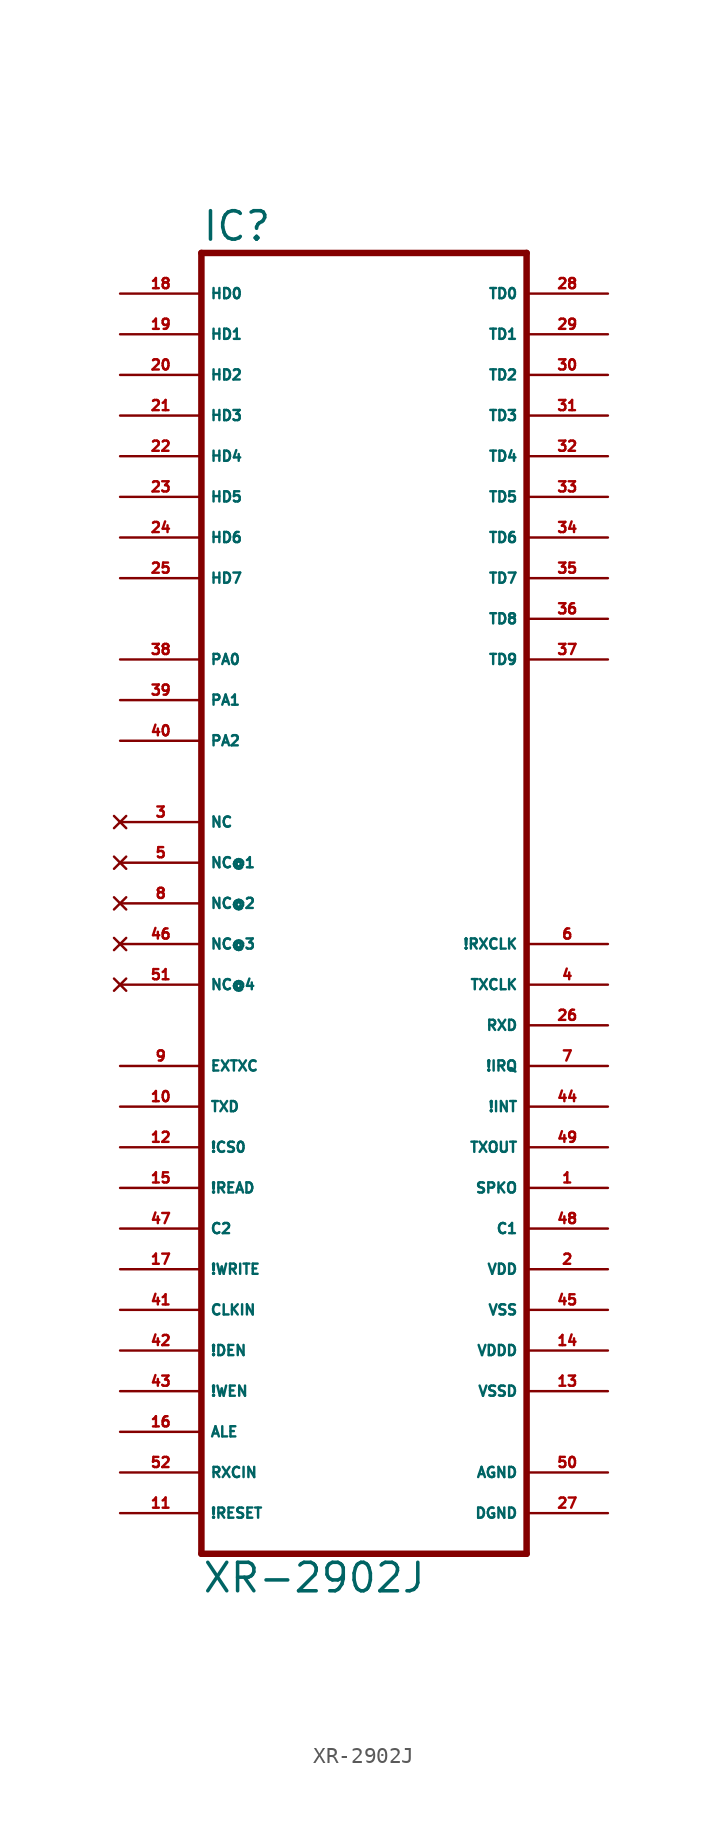
<source format=kicad_sym>
(kicad_symbol_lib
  (version 20220914)
  (generator Eagle2Kicad)
  (symbol "XR-2902J"
    (property "Reference" "IC"
      (at -10.16 43.815 0)
      (effects (font (size 1.778 1.778) (thickness 0.22)) (justify left bottom)))
    (property "Value" "XR-2902J"
      (at -10.16 -40.64 0)
      (effects (font (size 1.778 1.778) (thickness 0.22)) (justify left bottom)))
    (polyline
      (pts (xy -10.16 -38.1) (xy 10.16 -38.1))
      (stroke (width 0.406) (type default))
      (fill (type none)))
    (polyline
      (pts (xy 10.16 -38.1) (xy 10.16 43.18))
      (stroke (width 0.406) (type default))
      (fill (type none)))
    (polyline
      (pts (xy 10.16 43.18) (xy -10.16 43.18))
      (stroke (width 0.406) (type default))
      (fill (type none)))
    (polyline
      (pts (xy -10.16 43.18) (xy -10.16 -38.1))
      (stroke (width 0.406) (type default))
      (fill (type none)))
    (pin bidirectional line
      (at -15.24 40.64 0)
      (length 5.08)
      (name "HD0" (effects (font (size 0.635 0.635) (thickness 0.08)) (justify left bottom)))
      (number "18" (effects (font (size 0.635 0.635) (thickness 0.08)) (justify left bottom))))
    (pin bidirectional line
      (at -15.24 38.1 0)
      (length 5.08)
      (name "HD1" (effects (font (size 0.635 0.635) (thickness 0.08)) (justify left bottom)))
      (number "19" (effects (font (size 0.635 0.635) (thickness 0.08)) (justify left bottom))))
    (pin bidirectional line
      (at -15.24 35.56 0)
      (length 5.08)
      (name "HD2" (effects (font (size 0.635 0.635) (thickness 0.08)) (justify left bottom)))
      (number "20" (effects (font (size 0.635 0.635) (thickness 0.08)) (justify left bottom))))
    (pin bidirectional line
      (at -15.24 33.02 0)
      (length 5.08)
      (name "HD3" (effects (font (size 0.635 0.635) (thickness 0.08)) (justify left bottom)))
      (number "21" (effects (font (size 0.635 0.635) (thickness 0.08)) (justify left bottom))))
    (pin bidirectional line
      (at -15.24 30.48 0)
      (length 5.08)
      (name "HD4" (effects (font (size 0.635 0.635) (thickness 0.08)) (justify left bottom)))
      (number "22" (effects (font (size 0.635 0.635) (thickness 0.08)) (justify left bottom))))
    (pin bidirectional line
      (at -15.24 27.94 0)
      (length 5.08)
      (name "HD5" (effects (font (size 0.635 0.635) (thickness 0.08)) (justify left bottom)))
      (number "23" (effects (font (size 0.635 0.635) (thickness 0.08)) (justify left bottom))))
    (pin bidirectional line
      (at -15.24 25.4 0)
      (length 5.08)
      (name "HD6" (effects (font (size 0.635 0.635) (thickness 0.08)) (justify left bottom)))
      (number "24" (effects (font (size 0.635 0.635) (thickness 0.08)) (justify left bottom))))
    (pin bidirectional line
      (at -15.24 22.86 0)
      (length 5.08)
      (name "HD7" (effects (font (size 0.635 0.635) (thickness 0.08)) (justify left bottom)))
      (number "25" (effects (font (size 0.635 0.635) (thickness 0.08)) (justify left bottom))))
    (pin bidirectional line
      (at -15.24 17.78 0)
      (length 5.08)
      (name "PA0" (effects (font (size 0.635 0.635) (thickness 0.08)) (justify left bottom)))
      (number "38" (effects (font (size 0.635 0.635) (thickness 0.08)) (justify left bottom))))
    (pin bidirectional line
      (at -15.24 15.24 0)
      (length 5.08)
      (name "PA1" (effects (font (size 0.635 0.635) (thickness 0.08)) (justify left bottom)))
      (number "39" (effects (font (size 0.635 0.635) (thickness 0.08)) (justify left bottom))))
    (pin bidirectional line
      (at -15.24 12.7 0)
      (length 5.08)
      (name "PA2" (effects (font (size 0.635 0.635) (thickness 0.08)) (justify left bottom)))
      (number "40" (effects (font (size 0.635 0.635) (thickness 0.08)) (justify left bottom))))
    (pin bidirectional line
      (at 15.24 40.64 180)
      (length 5.08)
      (name "TD0" (effects (font (size 0.635 0.635) (thickness 0.08)) (justify left bottom)))
      (number "28" (effects (font (size 0.635 0.635) (thickness 0.08)) (justify left bottom))))
    (pin bidirectional line
      (at 15.24 38.1 180)
      (length 5.08)
      (name "TD1" (effects (font (size 0.635 0.635) (thickness 0.08)) (justify left bottom)))
      (number "29" (effects (font (size 0.635 0.635) (thickness 0.08)) (justify left bottom))))
    (pin bidirectional line
      (at 15.24 35.56 180)
      (length 5.08)
      (name "TD2" (effects (font (size 0.635 0.635) (thickness 0.08)) (justify left bottom)))
      (number "30" (effects (font (size 0.635 0.635) (thickness 0.08)) (justify left bottom))))
    (pin bidirectional line
      (at 15.24 33.02 180)
      (length 5.08)
      (name "TD3" (effects (font (size 0.635 0.635) (thickness 0.08)) (justify left bottom)))
      (number "31" (effects (font (size 0.635 0.635) (thickness 0.08)) (justify left bottom))))
    (pin bidirectional line
      (at 15.24 30.48 180)
      (length 5.08)
      (name "TD4" (effects (font (size 0.635 0.635) (thickness 0.08)) (justify left bottom)))
      (number "32" (effects (font (size 0.635 0.635) (thickness 0.08)) (justify left bottom))))
    (pin bidirectional line
      (at 15.24 27.94 180)
      (length 5.08)
      (name "TD5" (effects (font (size 0.635 0.635) (thickness 0.08)) (justify left bottom)))
      (number "33" (effects (font (size 0.635 0.635) (thickness 0.08)) (justify left bottom))))
    (pin bidirectional line
      (at 15.24 25.4 180)
      (length 5.08)
      (name "TD6" (effects (font (size 0.635 0.635) (thickness 0.08)) (justify left bottom)))
      (number "34" (effects (font (size 0.635 0.635) (thickness 0.08)) (justify left bottom))))
    (pin bidirectional line
      (at 15.24 22.86 180)
      (length 5.08)
      (name "TD7" (effects (font (size 0.635 0.635) (thickness 0.08)) (justify left bottom)))
      (number "35" (effects (font (size 0.635 0.635) (thickness 0.08)) (justify left bottom))))
    (pin bidirectional line
      (at 15.24 20.32 180)
      (length 5.08)
      (name "TD8" (effects (font (size 0.635 0.635) (thickness 0.08)) (justify left bottom)))
      (number "36" (effects (font (size 0.635 0.635) (thickness 0.08)) (justify left bottom))))
    (pin bidirectional line
      (at 15.24 17.78 180)
      (length 5.08)
      (name "TD9" (effects (font (size 0.635 0.635) (thickness 0.08)) (justify left bottom)))
      (number "37" (effects (font (size 0.635 0.635) (thickness 0.08)) (justify left bottom))))
    (pin no_connect line
      (at -15.24 7.62 0)
      (length 5.08)
      (name "NC" (effects (font (size 0.635 0.635) (thickness 0.08)) (justify left bottom) hide))
      (number "3" (effects (font (size 0.635 0.635) (thickness 0.08)) (justify left bottom) hide)))
    (pin input line
      (at -15.24 -7.62 0)
      (length 5.08)
      (name "EXTXC" (effects (font (size 0.635 0.635) (thickness 0.08)) (justify left bottom)))
      (number "9" (effects (font (size 0.635 0.635) (thickness 0.08)) (justify left bottom))))
    (pin input line
      (at -15.24 -10.16 0)
      (length 5.08)
      (name "TXD" (effects (font (size 0.635 0.635) (thickness 0.08)) (justify left bottom)))
      (number "10" (effects (font (size 0.635 0.635) (thickness 0.08)) (justify left bottom))))
    (pin input line
      (at -15.24 -12.7 0)
      (length 5.08)
      (name "!CS0" (effects (font (size 0.635 0.635) (thickness 0.08)) (justify left bottom)))
      (number "12" (effects (font (size 0.635 0.635) (thickness 0.08)) (justify left bottom))))
    (pin input line
      (at -15.24 -15.24 0)
      (length 5.08)
      (name "!READ" (effects (font (size 0.635 0.635) (thickness 0.08)) (justify left bottom)))
      (number "15" (effects (font (size 0.635 0.635) (thickness 0.08)) (justify left bottom))))
    (pin input line
      (at -15.24 -30.48 0)
      (length 5.08)
      (name "ALE" (effects (font (size 0.635 0.635) (thickness 0.08)) (justify left bottom)))
      (number "16" (effects (font (size 0.635 0.635) (thickness 0.08)) (justify left bottom))))
    (pin input line
      (at -15.24 -20.32 0)
      (length 5.08)
      (name "!WRITE" (effects (font (size 0.635 0.635) (thickness 0.08)) (justify left bottom)))
      (number "17" (effects (font (size 0.635 0.635) (thickness 0.08)) (justify left bottom))))
    (pin input line
      (at -15.24 -22.86 0)
      (length 5.08)
      (name "CLKIN" (effects (font (size 0.635 0.635) (thickness 0.08)) (justify left bottom)))
      (number "41" (effects (font (size 0.635 0.635) (thickness 0.08)) (justify left bottom))))
    (pin input line
      (at -15.24 -25.4 0)
      (length 5.08)
      (name "!DEN" (effects (font (size 0.635 0.635) (thickness 0.08)) (justify left bottom)))
      (number "42" (effects (font (size 0.635 0.635) (thickness 0.08)) (justify left bottom))))
    (pin input line
      (at -15.24 -27.94 0)
      (length 5.08)
      (name "!WEN" (effects (font (size 0.635 0.635) (thickness 0.08)) (justify left bottom)))
      (number "43" (effects (font (size 0.635 0.635) (thickness 0.08)) (justify left bottom))))
    (pin input line
      (at -15.24 -17.78 0)
      (length 5.08)
      (name "C2" (effects (font (size 0.635 0.635) (thickness 0.08)) (justify left bottom)))
      (number "47" (effects (font (size 0.635 0.635) (thickness 0.08)) (justify left bottom))))
    (pin input line
      (at -15.24 -33.02 0)
      (length 5.08)
      (name "RXCIN" (effects (font (size 0.635 0.635) (thickness 0.08)) (justify left bottom)))
      (number "52" (effects (font (size 0.635 0.635) (thickness 0.08)) (justify left bottom))))
    (pin input line
      (at -15.24 -35.56 0)
      (length 5.08)
      (name "!RESET" (effects (font (size 0.635 0.635) (thickness 0.08)) (justify left bottom)))
      (number "11" (effects (font (size 0.635 0.635) (thickness 0.08)) (justify left bottom))))
    (pin output line
      (at 15.24 -2.54 180)
      (length 5.08)
      (name "TXCLK" (effects (font (size 0.635 0.635) (thickness 0.08)) (justify left bottom)))
      (number "4" (effects (font (size 0.635 0.635) (thickness 0.08)) (justify left bottom))))
    (pin output line
      (at 15.24 0 180)
      (length 5.08)
      (name "!RXCLK" (effects (font (size 0.635 0.635) (thickness 0.08)) (justify left bottom)))
      (number "6" (effects (font (size 0.635 0.635) (thickness 0.08)) (justify left bottom))))
    (pin output line
      (at 15.24 -7.62 180)
      (length 5.08)
      (name "!IRQ" (effects (font (size 0.635 0.635) (thickness 0.08)) (justify left bottom)))
      (number "7" (effects (font (size 0.635 0.635) (thickness 0.08)) (justify left bottom))))
    (pin output line
      (at 15.24 -5.08 180)
      (length 5.08)
      (name "RXD" (effects (font (size 0.635 0.635) (thickness 0.08)) (justify left bottom)))
      (number "26" (effects (font (size 0.635 0.635) (thickness 0.08)) (justify left bottom))))
    (pin output line
      (at 15.24 -10.16 180)
      (length 5.08)
      (name "!INT" (effects (font (size 0.635 0.635) (thickness 0.08)) (justify left bottom)))
      (number "44" (effects (font (size 0.635 0.635) (thickness 0.08)) (justify left bottom))))
    (pin output line
      (at 15.24 -17.78 180)
      (length 5.08)
      (name "C1" (effects (font (size 0.635 0.635) (thickness 0.08)) (justify left bottom)))
      (number "48" (effects (font (size 0.635 0.635) (thickness 0.08)) (justify left bottom))))
    (pin output line
      (at 15.24 -12.7 180)
      (length 5.08)
      (name "TXOUT" (effects (font (size 0.635 0.635) (thickness 0.08)) (justify left bottom)))
      (number "49" (effects (font (size 0.635 0.635) (thickness 0.08)) (justify left bottom))))
    (pin output line
      (at 15.24 -15.24 180)
      (length 5.08)
      (name "SPKO" (effects (font (size 0.635 0.635) (thickness 0.08)) (justify left bottom)))
      (number "1" (effects (font (size 0.635 0.635) (thickness 0.08)) (justify left bottom))))
    (pin unspecified line
      (at 15.24 -20.32 180)
      (length 5.08)
      (name "VDD" (effects (font (size 0.635 0.635) (thickness 0.08)) (justify left bottom)))
      (number "2" (effects (font (size 0.635 0.635) (thickness 0.08)) (justify left bottom))))
    (pin unspecified line
      (at 15.24 -25.4 180)
      (length 5.08)
      (name "VDDD" (effects (font (size 0.635 0.635) (thickness 0.08)) (justify left bottom)))
      (number "14" (effects (font (size 0.635 0.635) (thickness 0.08)) (justify left bottom))))
    (pin unspecified line
      (at 15.24 -27.94 180)
      (length 5.08)
      (name "VSSD" (effects (font (size 0.635 0.635) (thickness 0.08)) (justify left bottom)))
      (number "13" (effects (font (size 0.635 0.635) (thickness 0.08)) (justify left bottom))))
    (pin unspecified line
      (at 15.24 -33.02 180)
      (length 5.08)
      (name "AGND" (effects (font (size 0.635 0.635) (thickness 0.08)) (justify left bottom)))
      (number "50" (effects (font (size 0.635 0.635) (thickness 0.08)) (justify left bottom))))
    (pin unspecified line
      (at 15.24 -22.86 180)
      (length 5.08)
      (name "VSS" (effects (font (size 0.635 0.635) (thickness 0.08)) (justify left bottom)))
      (number "45" (effects (font (size 0.635 0.635) (thickness 0.08)) (justify left bottom))))
    (pin unspecified line
      (at 15.24 -35.56 180)
      (length 5.08)
      (name "DGND" (effects (font (size 0.635 0.635) (thickness 0.08)) (justify left bottom)))
      (number "27" (effects (font (size 0.635 0.635) (thickness 0.08)) (justify left bottom))))
    (pin no_connect line
      (at -15.24 5.08 0)
      (length 5.08)
      (name "NC@1" (effects (font (size 0.635 0.635) (thickness 0.08)) (justify left bottom) hide))
      (number "5" (effects (font (size 0.635 0.635) (thickness 0.08)) (justify left bottom) hide)))
    (pin no_connect line
      (at -15.24 2.54 0)
      (length 5.08)
      (name "NC@2" (effects (font (size 0.635 0.635) (thickness 0.08)) (justify left bottom) hide))
      (number "8" (effects (font (size 0.635 0.635) (thickness 0.08)) (justify left bottom) hide)))
    (pin no_connect line
      (at -15.24 0 0)
      (length 5.08)
      (name "NC@3" (effects (font (size 0.635 0.635) (thickness 0.08)) (justify left bottom) hide))
      (number "46" (effects (font (size 0.635 0.635) (thickness 0.08)) (justify left bottom) hide)))
    (pin no_connect line
      (at -15.24 -2.54 0)
      (length 5.08)
      (name "NC@4" (effects (font (size 0.635 0.635) (thickness 0.08)) (justify left bottom) hide))
      (number "51" (effects (font (size 0.635 0.635) (thickness 0.08)) (justify left bottom) hide)))))
</source>
